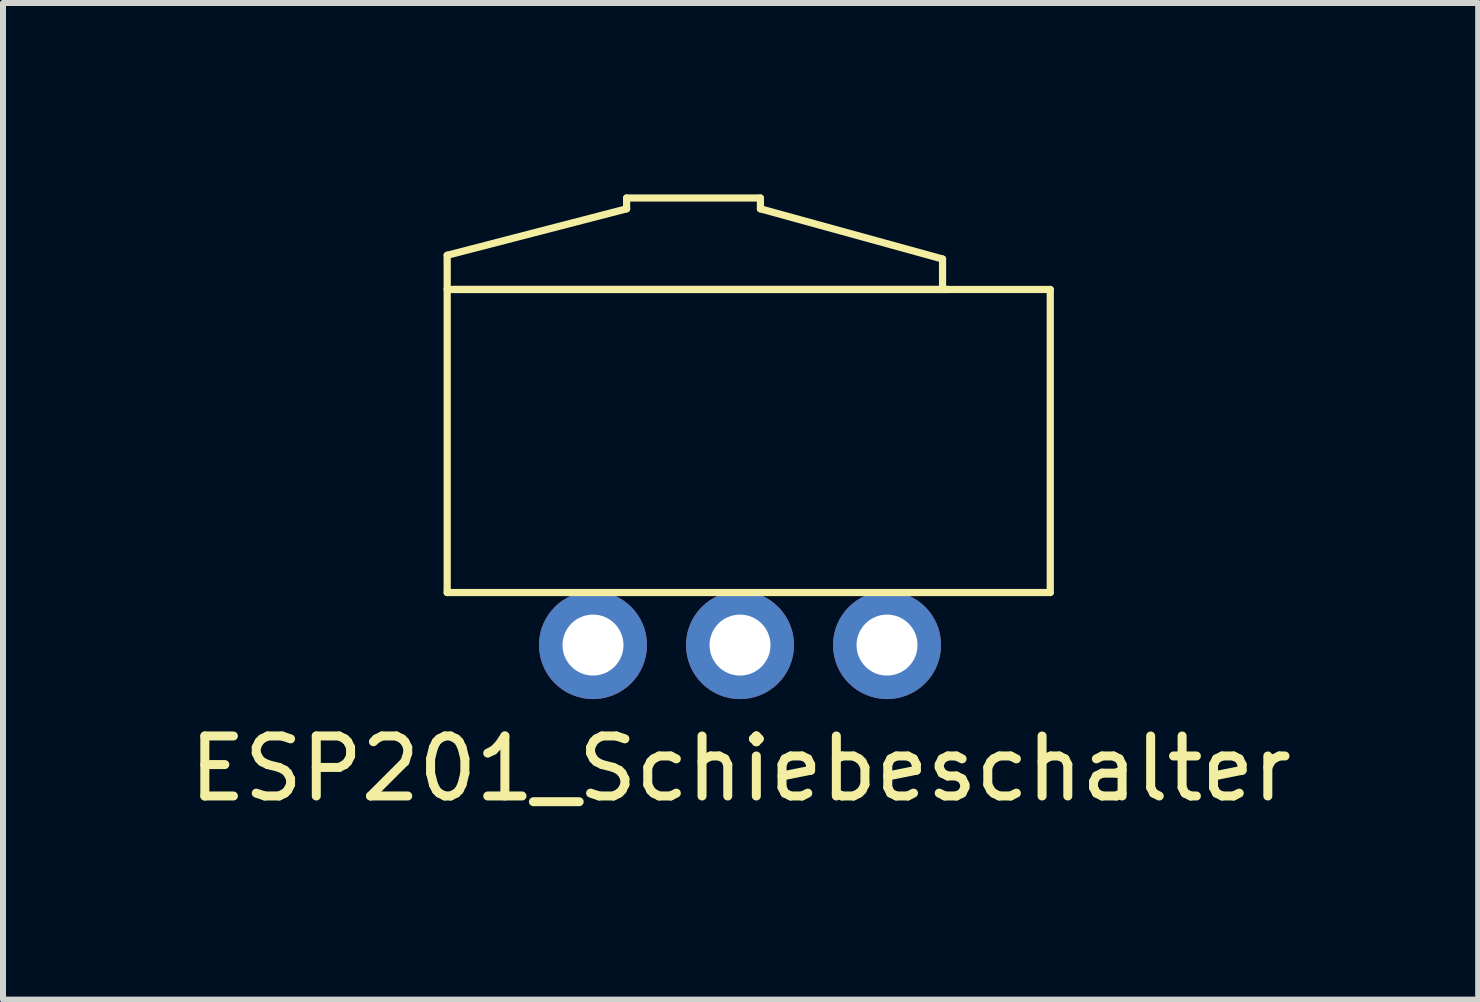
<source format=kicad_pcb>
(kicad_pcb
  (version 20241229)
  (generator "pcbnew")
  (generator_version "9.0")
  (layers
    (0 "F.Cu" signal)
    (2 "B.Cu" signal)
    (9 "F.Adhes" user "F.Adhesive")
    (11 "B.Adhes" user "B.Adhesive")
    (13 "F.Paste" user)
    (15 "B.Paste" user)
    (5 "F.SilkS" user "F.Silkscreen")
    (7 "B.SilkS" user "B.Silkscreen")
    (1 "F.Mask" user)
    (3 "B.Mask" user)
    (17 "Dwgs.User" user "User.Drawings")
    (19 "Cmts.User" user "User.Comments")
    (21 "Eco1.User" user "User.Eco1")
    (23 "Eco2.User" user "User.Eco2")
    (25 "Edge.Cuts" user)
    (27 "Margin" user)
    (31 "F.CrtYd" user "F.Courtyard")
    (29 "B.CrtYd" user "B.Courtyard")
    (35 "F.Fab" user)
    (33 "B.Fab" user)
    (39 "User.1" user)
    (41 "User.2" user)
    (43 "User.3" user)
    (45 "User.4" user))
  (footprint "ESP201_Schiebeschalter"
    (layer "F.Cu")
    (at 4.402 0.25)
    (property "Reference" "ESP201_Schiebeschalter" (at 4.89 9.51 0) (layer "F.SilkS") (effects (font (size 1 1) (thickness 0.15))))
    (attr through_hole)
    (fp_line (start 0 0.954) (end 0 6.574) (stroke (width 0.12) (type solid)) (layer "F.SilkS"))
    (fp_line (start 0 0.954) (end 2.99 0.18) (stroke (width 0.12) (type solid)) (layer "F.SilkS"))
    (fp_line (start 0 1.524) (end 10.05 1.524) (stroke (width 0.12) (type solid)) (layer "F.SilkS"))
    (fp_line (start 0 6.574) (end 10.05 6.574) (stroke (width 0.12) (type solid)) (layer "F.SilkS"))
    (fp_line (start 2.99 0) (end 2.99 0.18) (stroke (width 0.12) (type solid)) (layer "F.SilkS"))
    (fp_line (start 2.99 0) (end 5.22 0) (stroke (width 0.12) (type solid)) (layer "F.SilkS"))
    (fp_line (start 5.22 0) (end 5.22 0.18) (stroke (width 0.12) (type solid)) (layer "F.SilkS"))
    (fp_line (start 5.22 0.18) (end 8.255 1.016) (stroke (width 0.12) (type solid)) (layer "F.SilkS"))
    (fp_line (start 8.255 1.016) (end 8.255 1.524) (stroke (width 0.12) (type solid)) (layer "F.SilkS"))
    (fp_line (start 8.357 1.524) (end 0.102 1.524) (stroke (width 0.12) (type solid)) (layer "F.SilkS"))
    (fp_line (start 10.05 1.524) (end 10.05 6.574) (stroke (width 0.12) (type solid)) (layer "F.SilkS"))
    (pad "1" thru_hole circle (at 2.43 7.45 270) (size 1.8 1.8) (drill 1.016) (layers "*.Cu" "*.Mask"))
    (pad "2" thru_hole circle (at 4.88 7.45 270) (size 1.8 1.8) (drill 1.016) (layers "*.Cu" "*.Mask"))
    (pad "3" thru_hole circle (at 7.33 7.45 270) (size 1.8 1.8) (drill 1.016) (layers "*.Cu" "*.Mask")))
  (gr_rect
    (start -3 -3)
    (end 21.583 13.608)
    (stroke (width 0.1) (type default))
    (fill no)
    (layer "Edge.Cuts")))
</source>
